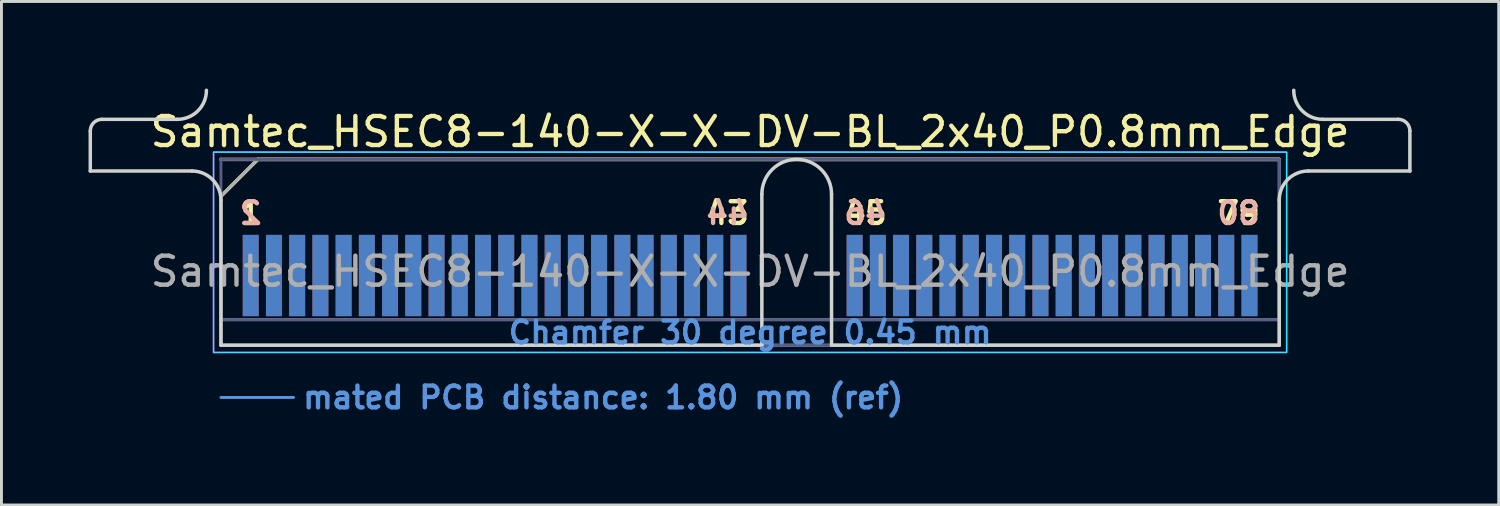
<source format=kicad_pcb>
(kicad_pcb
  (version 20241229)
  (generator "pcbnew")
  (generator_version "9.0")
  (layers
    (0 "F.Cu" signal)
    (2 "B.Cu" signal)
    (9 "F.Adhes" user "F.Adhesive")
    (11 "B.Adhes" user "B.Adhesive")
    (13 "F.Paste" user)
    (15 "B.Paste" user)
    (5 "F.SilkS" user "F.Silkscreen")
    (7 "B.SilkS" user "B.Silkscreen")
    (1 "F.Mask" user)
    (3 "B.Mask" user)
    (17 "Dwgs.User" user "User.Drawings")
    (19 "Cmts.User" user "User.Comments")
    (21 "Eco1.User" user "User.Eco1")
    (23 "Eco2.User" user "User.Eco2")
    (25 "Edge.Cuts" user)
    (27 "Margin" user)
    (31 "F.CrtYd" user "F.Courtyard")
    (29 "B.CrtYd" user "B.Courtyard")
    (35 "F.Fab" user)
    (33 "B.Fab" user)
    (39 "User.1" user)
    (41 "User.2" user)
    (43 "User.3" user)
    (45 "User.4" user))
  (footprint "Samtec_HSEC8-140-X-X-DV-BL_2x40_P0.8mm_Edge"
    (layer "F.Cu")
    (at 22.785 8.84)
    (property "Reference" "Samtec_HSEC8-140-X-X-DV-BL_2x40_P0.8mm_Edge" (at 0 -7.35 0) (layer "F.SilkS") (effects (font (size 1 1) (thickness 0.15))))
    (attr exclude_from_pos_files exclude_from_bom)
    (fp_line (start -18.225 -5.13) (end -16.955 -6.4) (stroke (width 0.12) (type solid)) (layer "F.SilkS"))
    (fp_line (start -16.955 -6.4) (end 18.225 -6.4) (stroke (width 0.12) (type solid)) (layer "F.SilkS"))
    (fp_line (start -18.225 -6.4) (end -18.225 -6.4) (stroke (width 0.12) (type solid)) (layer "B.SilkS"))
    (fp_line (start -18.225 -6.4) (end 18.225 -6.4) (stroke (width 0.12) (type solid)) (layer "B.SilkS"))
    (fp_line (start -18.225 1.8) (end -15.725 1.8) (stroke (width 0.1) (type solid)) (layer "Cmts.User"))
    (fp_line (start -22.725 -6) (end -22.725 -7.38) (stroke (width 0.12) (type solid)) (layer "Edge.Cuts"))
    (fp_line (start -22.325 -7.78) (end -19.725 -7.78) (stroke (width 0.12) (type solid)) (layer "Edge.Cuts"))
    (fp_line (start -19.225 -6) (end -22.725 -6) (stroke (width 0.12) (type solid)) (layer "Edge.Cuts"))
    (fp_line (start -18.225 -5) (end -18.225 0) (stroke (width 0.12) (type solid)) (layer "Edge.Cuts"))
    (fp_line (start -18.225 0) (end 0.405 0) (stroke (width 0.12) (type solid)) (layer "Edge.Cuts"))
    (fp_line (start 0.405 0) (end 0.405 -5.2) (stroke (width 0.12) (type solid)) (layer "Edge.Cuts"))
    (fp_line (start 2.805 -5.2) (end 2.805 0) (stroke (width 0.12) (type solid)) (layer "Edge.Cuts"))
    (fp_line (start 2.805 0) (end 18.225 0) (stroke (width 0.12) (type solid)) (layer "Edge.Cuts"))
    (fp_line (start 18.225 0) (end 18.225 -5) (stroke (width 0.12) (type solid)) (layer "Edge.Cuts"))
    (fp_line (start 19.225 -6) (end 22.725 -6) (stroke (width 0.12) (type solid)) (layer "Edge.Cuts"))
    (fp_line (start 22.325 -7.78) (end 19.725 -7.78) (stroke (width 0.12) (type solid)) (layer "Edge.Cuts"))
    (fp_line (start 22.725 -6) (end 22.725 -7.38) (stroke (width 0.12) (type solid)) (layer "Edge.Cuts"))
    (fp_arc (start -22.725 -7.38) (mid -22.607843 -7.662843) (end -22.325 -7.78) (stroke (width 0.12) (type solid)) (layer "Edge.Cuts"))
    (fp_arc (start -19.225 -6) (mid -18.517893 -5.707107) (end -18.225 -5) (stroke (width 0.12) (type solid)) (layer "Edge.Cuts"))
    (fp_arc (start -18.725 -8.78) (mid -19.017893 -8.072893) (end -19.725 -7.78) (stroke (width 0.12) (type solid)) (layer "Edge.Cuts"))
    (fp_arc (start 0.405 -5.2) (mid 1.605 -6.4) (end 2.805 -5.2) (stroke (width 0.12) (type solid)) (layer "Edge.Cuts"))
    (fp_arc (start 18.225 -5) (mid 18.517893 -5.707107) (end 19.225 -6) (stroke (width 0.12) (type solid)) (layer "Edge.Cuts"))
    (fp_arc (start 19.725 -7.78) (mid 19.017893 -8.072893) (end 18.725 -8.78) (stroke (width 0.12) (type solid)) (layer "Edge.Cuts"))
    (fp_arc (start 22.325 -7.78) (mid 22.607843 -7.662843) (end 22.725 -7.38) (stroke (width 0.12) (type solid)) (layer "Edge.Cuts"))
    (fp_rect (start -18.48 -6.65) (end 18.48 0.25) (stroke (width 0.05) (type solid)) (fill no) (layer "B.CrtYd"))
    (fp_rect (start -18.48 -6.65) (end 18.48 0.25) (stroke (width 0.05) (type solid)) (fill no) (layer "F.CrtYd"))
    (fp_line (start -18.225 -6.4) (end -18.225 -6.4) (stroke (width 0.1) (type solid)) (layer "B.Fab"))
    (fp_line (start -18.225 -6.4) (end -18.225 0) (stroke (width 0.1) (type solid)) (layer "B.Fab"))
    (fp_line (start -18.225 -6.4) (end 18.225 -6.4) (stroke (width 0.1) (type solid)) (layer "B.Fab"))
    (fp_line (start -18.225 -0.88) (end 18.225 -0.88) (stroke (width 0.1) (type solid)) (layer "B.Fab"))
    (fp_line (start -18.225 0) (end 18.225 0) (stroke (width 0.1) (type solid)) (layer "B.Fab"))
    (fp_line (start 18.225 -6.4) (end 18.225 0) (stroke (width 0.1) (type solid)) (layer "B.Fab"))
    (fp_line (start -18.225 -5.13) (end -18.225 0) (stroke (width 0.1) (type solid)) (layer "F.Fab"))
    (fp_line (start -18.225 -5.13) (end -16.955 -6.4) (stroke (width 0.1) (type solid)) (layer "F.Fab"))
    (fp_line (start -18.225 -0.88) (end 18.225 -0.88) (stroke (width 0.1) (type solid)) (layer "F.Fab"))
    (fp_line (start -18.225 0) (end 18.225 0) (stroke (width 0.1) (type solid)) (layer "F.Fab"))
    (fp_line (start -16.955 -6.4) (end 18.225 -6.4) (stroke (width 0.1) (type solid)) (layer "F.Fab"))
    (fp_line (start 18.225 -6.4) (end 18.225 0) (stroke (width 0.1) (type solid)) (layer "F.Fab"))
    (fp_text user "43" (at -0.775 -4.55 0) (layer "F.SilkS") (effects (font (size 0.75 0.75) (thickness 0.15))))
    (fp_text user "79" (at 16.825 -4.55 0) (layer "F.SilkS") (effects (font (size 0.75 0.75) (thickness 0.15))))
    (fp_text user "45" (at 3.975 -4.55 0) (layer "F.SilkS") (effects (font (size 0.75 0.75) (thickness 0.15))))
    (fp_text user "1" (at -17.2 -4.55 0) (layer "F.SilkS") (effects (font (size 0.75 0.75) (thickness 0.15))))
    (fp_text user "2" (at -17.2 -4.55 0) (layer "B.SilkS") (effects (font (size 0.75 0.75) (thickness 0.15)) (justify mirror)))
    (fp_text user "80" (at 16.825 -4.55 0) (layer "B.SilkS") (effects (font (size 0.75 0.75) (thickness 0.15)) (justify mirror)))
    (fp_text user "46" (at 3.975 -4.55 0) (layer "B.SilkS") (effects (font (size 0.75 0.75) (thickness 0.15)) (justify mirror)))
    (fp_text user "44" (at -0.775 -4.55 0) (layer "B.SilkS") (effects (font (size 0.75 0.75) (thickness 0.15)) (justify mirror)))
    (fp_text user "mated PCB distance: 1.80 mm (ref)" (at -15.48 1.8 0) (layer "Cmts.User") (effects (font (size 0.75 0.75) (thickness 0.15)) (justify left)))
    (fp_text user "Chamfer 30 degree 0.45 mm" (at 0 -0.44 0) (layer "Cmts.User") (effects (font (size 0.75 0.75) (thickness 0.15))))
    (fp_text user "${REFERENCE}" (at 0 -2.54 0) (layer "F.Fab") (effects (font (size 1 1) (thickness 0.15))))
    (pad "1" connect rect (at -17.2 -2.4) (size 0.55 2.8) (layers "F.Cu" "F.Mask"))
    (pad "2" connect rect (at -17.2 -2.4) (size 0.55 2.8) (layers "B.Cu" "B.Mask"))
    (pad "3" connect rect (at -16.4 -2.4) (size 0.55 2.8) (layers "F.Cu" "F.Mask"))
    (pad "4" connect rect (at -16.4 -2.4) (size 0.55 2.8) (layers "B.Cu" "B.Mask"))
    (pad "5" connect rect (at -15.6 -2.4) (size 0.55 2.8) (layers "F.Cu" "F.Mask"))
    (pad "6" connect rect (at -15.6 -2.4) (size 0.55 2.8) (layers "B.Cu" "B.Mask"))
    (pad "7" connect rect (at -14.8 -2.4) (size 0.55 2.8) (layers "F.Cu" "F.Mask"))
    (pad "8" connect rect (at -14.8 -2.4) (size 0.55 2.8) (layers "B.Cu" "B.Mask"))
    (pad "9" connect rect (at -14 -2.4) (size 0.55 2.8) (layers "F.Cu" "F.Mask"))
    (pad "10" connect rect (at -14 -2.4) (size 0.55 2.8) (layers "B.Cu" "B.Mask"))
    (pad "11" connect rect (at -13.2 -2.4) (size 0.55 2.8) (layers "F.Cu" "F.Mask"))
    (pad "12" connect rect (at -13.2 -2.4) (size 0.55 2.8) (layers "B.Cu" "B.Mask"))
    (pad "13" connect rect (at -12.4 -2.4) (size 0.55 2.8) (layers "F.Cu" "F.Mask"))
    (pad "14" connect rect (at -12.4 -2.4) (size 0.55 2.8) (layers "B.Cu" "B.Mask"))
    (pad "15" connect rect (at -11.6 -2.4) (size 0.55 2.8) (layers "F.Cu" "F.Mask"))
    (pad "16" connect rect (at -11.6 -2.4) (size 0.55 2.8) (layers "B.Cu" "B.Mask"))
    (pad "17" connect rect (at -10.8 -2.4) (size 0.55 2.8) (layers "F.Cu" "F.Mask"))
    (pad "18" connect rect (at -10.8 -2.4) (size 0.55 2.8) (layers "B.Cu" "B.Mask"))
    (pad "19" connect rect (at -10 -2.4) (size 0.55 2.8) (layers "F.Cu" "F.Mask"))
    (pad "20" connect rect (at -10 -2.4) (size 0.55 2.8) (layers "B.Cu" "B.Mask"))
    (pad "21" connect rect (at -9.2 -2.4) (size 0.55 2.8) (layers "F.Cu" "F.Mask"))
    (pad "22" connect rect (at -9.2 -2.4) (size 0.55 2.8) (layers "B.Cu" "B.Mask"))
    (pad "23" connect rect (at -8.4 -2.4) (size 0.55 2.8) (layers "F.Cu" "F.Mask"))
    (pad "24" connect rect (at -8.4 -2.4) (size 0.55 2.8) (layers "B.Cu" "B.Mask"))
    (pad "25" connect rect (at -7.6 -2.4) (size 0.55 2.8) (layers "F.Cu" "F.Mask"))
    (pad "26" connect rect (at -7.6 -2.4) (size 0.55 2.8) (layers "B.Cu" "B.Mask"))
    (pad "27" connect rect (at -6.8 -2.4) (size 0.55 2.8) (layers "F.Cu" "F.Mask"))
    (pad "28" connect rect (at -6.8 -2.4) (size 0.55 2.8) (layers "B.Cu" "B.Mask"))
    (pad "29" connect rect (at -6 -2.4) (size 0.55 2.8) (layers "F.Cu" "F.Mask"))
    (pad "30" connect rect (at -6 -2.4) (size 0.55 2.8) (layers "B.Cu" "B.Mask"))
    (pad "31" connect rect (at -5.2 -2.4) (size 0.55 2.8) (layers "F.Cu" "F.Mask"))
    (pad "32" connect rect (at -5.2 -2.4) (size 0.55 2.8) (layers "B.Cu" "B.Mask"))
    (pad "33" connect rect (at -4.4 -2.4) (size 0.55 2.8) (layers "F.Cu" "F.Mask"))
    (pad "34" connect rect (at -4.4 -2.4) (size 0.55 2.8) (layers "B.Cu" "B.Mask"))
    (pad "35" connect rect (at -3.6 -2.4) (size 0.55 2.8) (layers "F.Cu" "F.Mask"))
    (pad "36" connect rect (at -3.6 -2.4) (size 0.55 2.8) (layers "B.Cu" "B.Mask"))
    (pad "37" connect rect (at -2.8 -2.4) (size 0.55 2.8) (layers "F.Cu" "F.Mask"))
    (pad "38" connect rect (at -2.8 -2.4) (size 0.55 2.8) (layers "B.Cu" "B.Mask"))
    (pad "39" connect rect (at -2 -2.4) (size 0.55 2.8) (layers "F.Cu" "F.Mask"))
    (pad "40" connect rect (at -2 -2.4) (size 0.55 2.8) (layers "B.Cu" "B.Mask"))
    (pad "41" connect rect (at -1.2 -2.4) (size 0.55 2.8) (layers "F.Cu" "F.Mask"))
    (pad "42" connect rect (at -1.2 -2.4) (size 0.55 2.8) (layers "B.Cu" "B.Mask"))
    (pad "43" connect rect (at -0.4 -2.4) (size 0.55 2.8) (layers "F.Cu" "F.Mask"))
    (pad "44" connect rect (at -0.4 -2.4) (size 0.55 2.8) (layers "B.Cu" "B.Mask"))
    (pad "45" connect rect (at 3.6 -2.4) (size 0.55 2.8) (layers "F.Cu" "F.Mask"))
    (pad "46" connect rect (at 3.6 -2.4) (size 0.55 2.8) (layers "B.Cu" "B.Mask"))
    (pad "47" connect rect (at 4.4 -2.4) (size 0.55 2.8) (layers "F.Cu" "F.Mask"))
    (pad "48" connect rect (at 4.4 -2.4) (size 0.55 2.8) (layers "B.Cu" "B.Mask"))
    (pad "49" connect rect (at 5.2 -2.4) (size 0.55 2.8) (layers "F.Cu" "F.Mask"))
    (pad "50" connect rect (at 5.2 -2.4) (size 0.55 2.8) (layers "B.Cu" "B.Mask"))
    (pad "51" connect rect (at 6 -2.4) (size 0.55 2.8) (layers "F.Cu" "F.Mask"))
    (pad "52" connect rect (at 6 -2.4) (size 0.55 2.8) (layers "B.Cu" "B.Mask"))
    (pad "53" connect rect (at 6.8 -2.4) (size 0.55 2.8) (layers "F.Cu" "F.Mask"))
    (pad "54" connect rect (at 6.8 -2.4) (size 0.55 2.8) (layers "B.Cu" "B.Mask"))
    (pad "55" connect rect (at 7.6 -2.4) (size 0.55 2.8) (layers "F.Cu" "F.Mask"))
    (pad "56" connect rect (at 7.6 -2.4) (size 0.55 2.8) (layers "B.Cu" "B.Mask"))
    (pad "57" connect rect (at 8.4 -2.4) (size 0.55 2.8) (layers "F.Cu" "F.Mask"))
    (pad "58" connect rect (at 8.4 -2.4) (size 0.55 2.8) (layers "B.Cu" "B.Mask"))
    (pad "59" connect rect (at 9.2 -2.4) (size 0.55 2.8) (layers "F.Cu" "F.Mask"))
    (pad "60" connect rect (at 9.2 -2.4) (size 0.55 2.8) (layers "B.Cu" "B.Mask"))
    (pad "61" connect rect (at 10 -2.4) (size 0.55 2.8) (layers "F.Cu" "F.Mask"))
    (pad "62" connect rect (at 10 -2.4) (size 0.55 2.8) (layers "B.Cu" "B.Mask"))
    (pad "63" connect rect (at 10.8 -2.4) (size 0.55 2.8) (layers "F.Cu" "F.Mask"))
    (pad "64" connect rect (at 10.8 -2.4) (size 0.55 2.8) (layers "B.Cu" "B.Mask"))
    (pad "65" connect rect (at 11.6 -2.4) (size 0.55 2.8) (layers "F.Cu" "F.Mask"))
    (pad "66" connect rect (at 11.6 -2.4) (size 0.55 2.8) (layers "B.Cu" "B.Mask"))
    (pad "67" connect rect (at 12.4 -2.4) (size 0.55 2.8) (layers "F.Cu" "F.Mask"))
    (pad "68" connect rect (at 12.4 -2.4) (size 0.55 2.8) (layers "B.Cu" "B.Mask"))
    (pad "69" connect rect (at 13.2 -2.4) (size 0.55 2.8) (layers "F.Cu" "F.Mask"))
    (pad "70" connect rect (at 13.2 -2.4) (size 0.55 2.8) (layers "B.Cu" "B.Mask"))
    (pad "71" connect rect (at 14 -2.4) (size 0.55 2.8) (layers "F.Cu" "F.Mask"))
    (pad "72" connect rect (at 14 -2.4) (size 0.55 2.8) (layers "B.Cu" "B.Mask"))
    (pad "73" connect rect (at 14.8 -2.4) (size 0.55 2.8) (layers "F.Cu" "F.Mask"))
    (pad "74" connect rect (at 14.8 -2.4) (size 0.55 2.8) (layers "B.Cu" "B.Mask"))
    (pad "75" connect rect (at 15.6 -2.4) (size 0.55 2.8) (layers "F.Cu" "F.Mask"))
    (pad "76" connect rect (at 15.6 -2.4) (size 0.55 2.8) (layers "B.Cu" "B.Mask"))
    (pad "77" connect rect (at 16.4 -2.4) (size 0.55 2.8) (layers "F.Cu" "F.Mask"))
    (pad "78" connect rect (at 16.4 -2.4) (size 0.55 2.8) (layers "B.Cu" "B.Mask"))
    (pad "79" connect rect (at 17.2 -2.4) (size 0.55 2.8) (layers "F.Cu" "F.Mask"))
    (pad "80" connect rect (at 17.2 -2.4) (size 0.55 2.8) (layers "B.Cu" "B.Mask")))
  (gr_rect
    (start -3 -3)
    (end 48.57 14.342)
    (stroke (width 0.1) (type default))
    (fill no)
    (layer "Edge.Cuts")))
</source>
